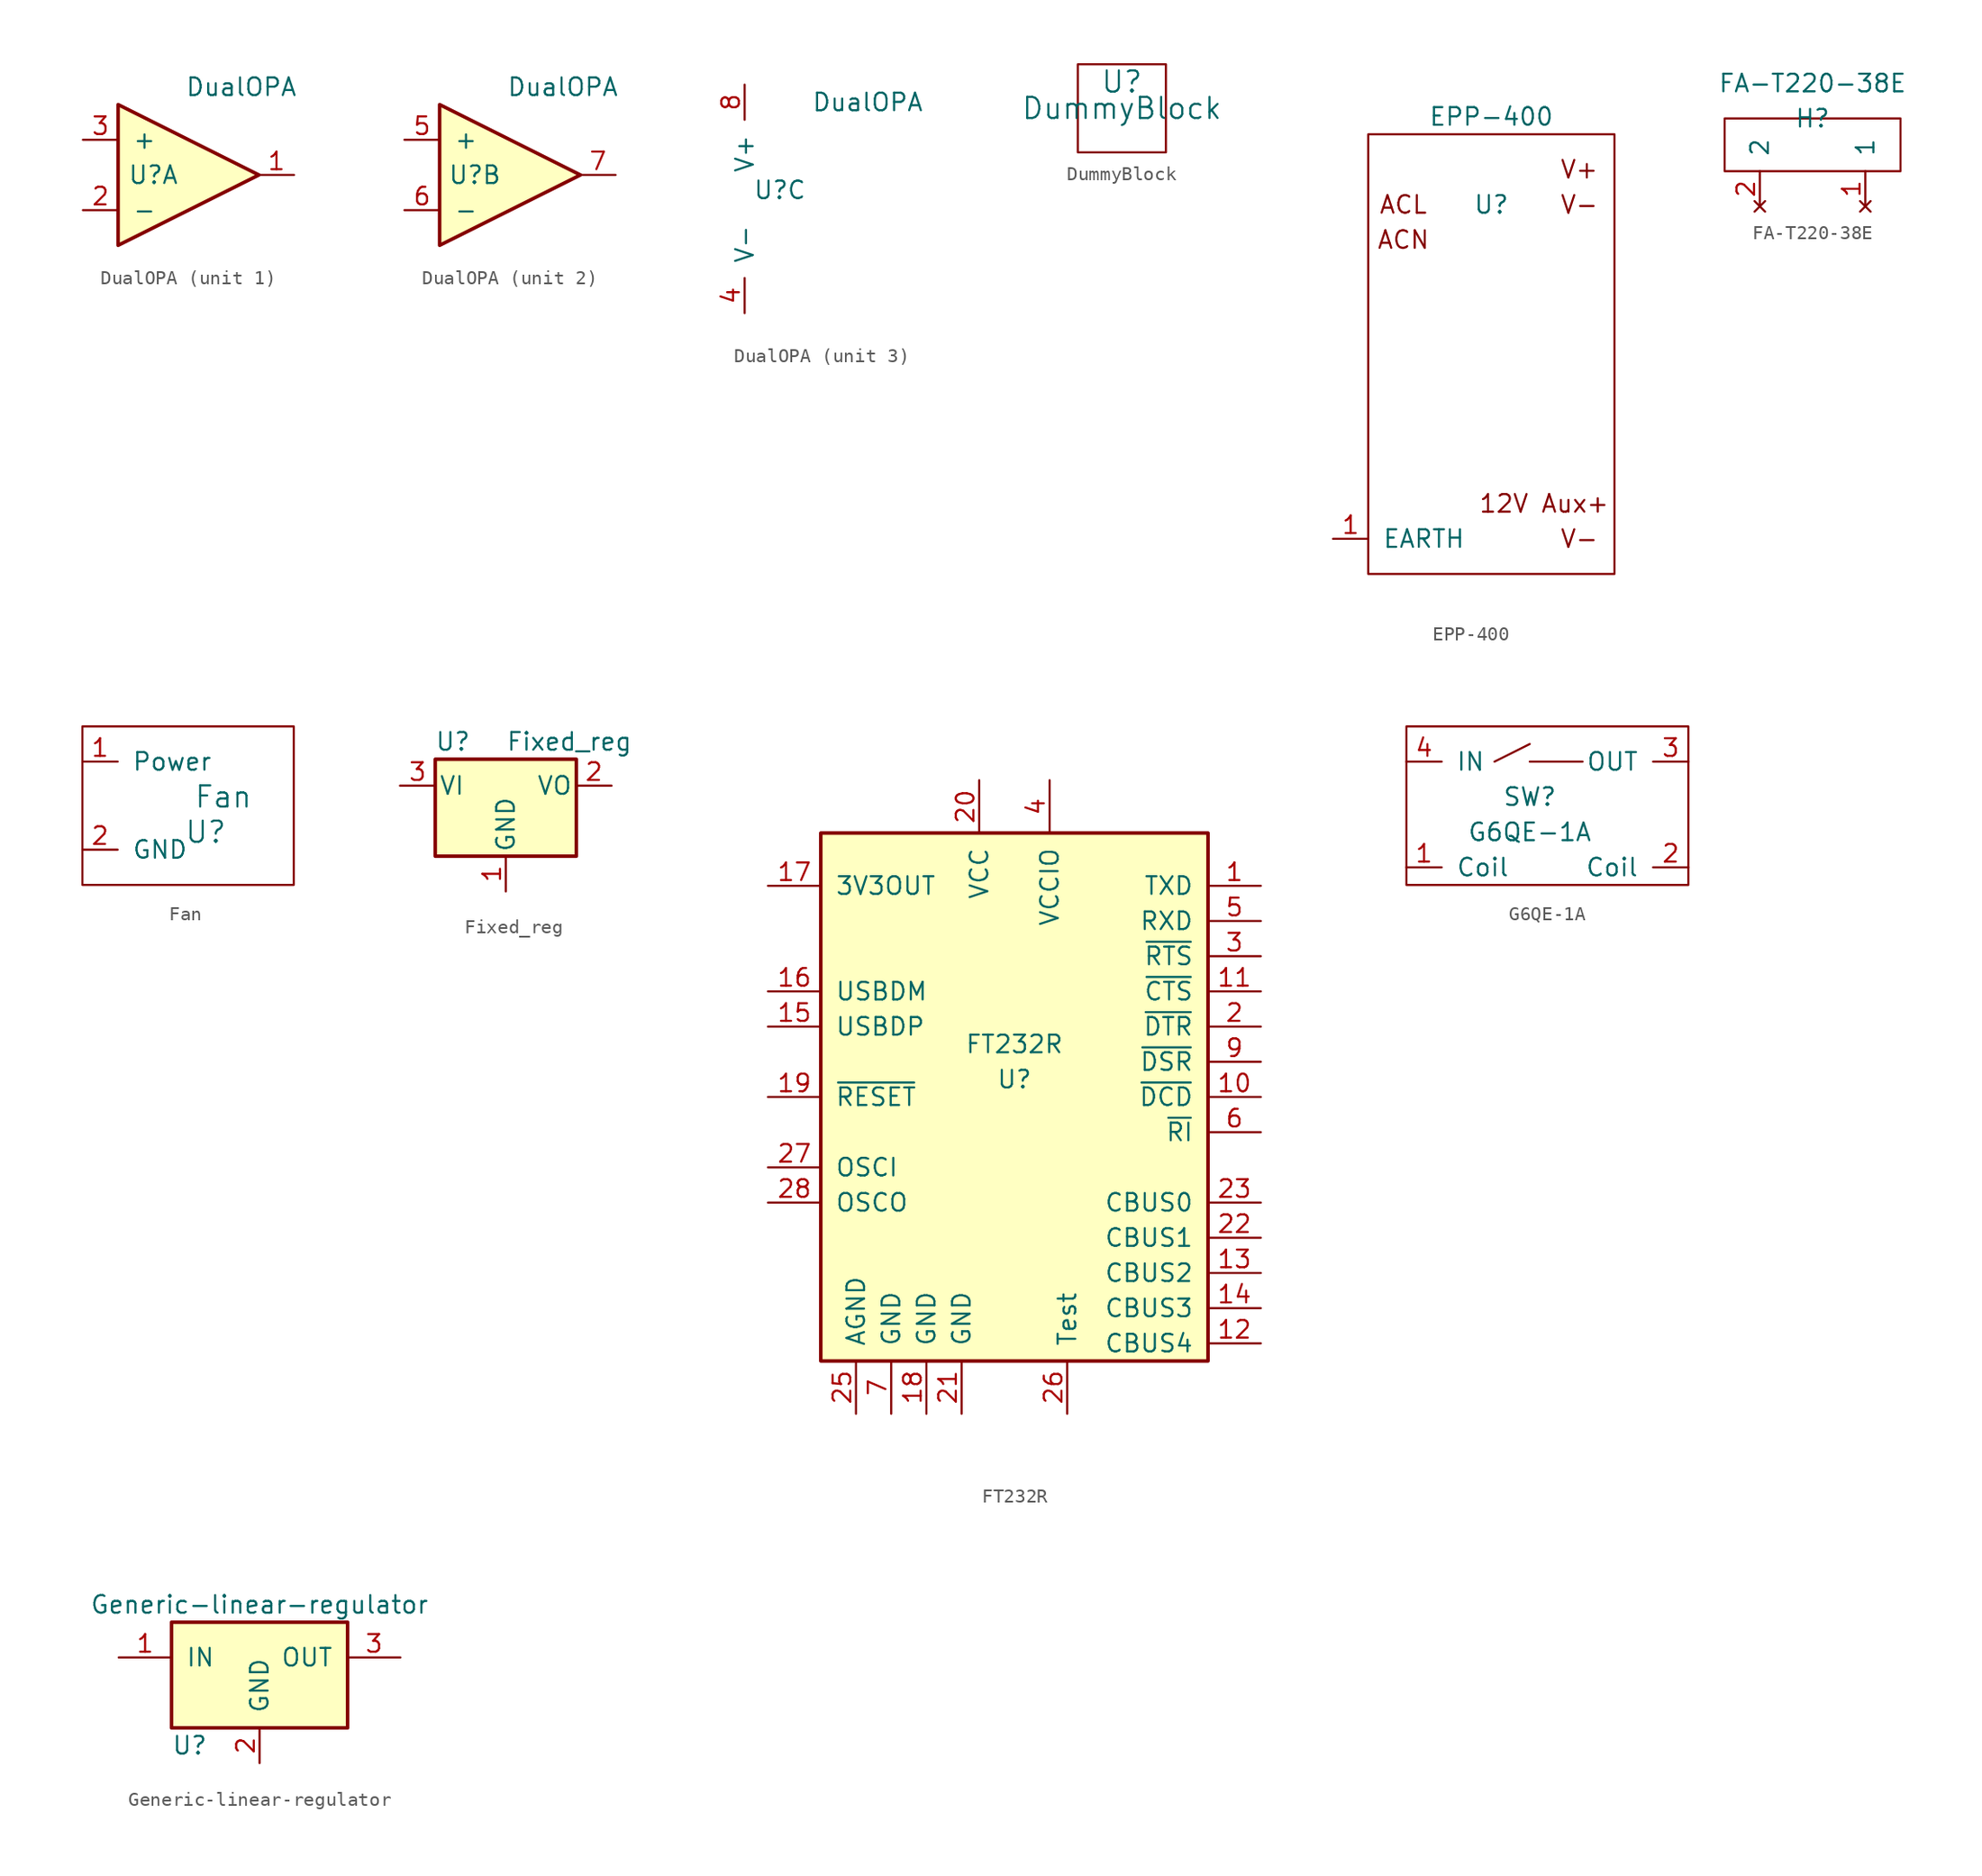
<source format=kicad_sym>
(kicad_symbol_lib
  (version 20211014)
  (generator kicad_symbol_editor)
  (symbol "DualOPA"
    (pin_names
      (offset 1.016))
    (property "Reference" "U"
      (at 2.54 0 0)
      (effects (font (size 1.27 1.27))))
    (property "Value" "DualOPA"
      (at 8.89 6.35 0)
      (effects (font (size 1.27 1.27))))
    (property "ki_locked" ""
      (at 0 0 0)
      (effects (font (size 1.27 1.27))))
    (symbol "DualOPA_1_1"
      (polyline (pts (xy 0 5.08) (xy 10.16 0) (xy 0 -5.08) (xy 0 5.08)) (stroke (width 0.254) (type default) (color 0 0 0 0)) (fill (type background)))
      (pin output line (at 12.7 0 180) (length 2.54) (name "~" (effects (font (size 1.27 1.27)))) (number "1" (effects (font (size 1.27 1.27)))))
      (pin input line (at -2.54 -2.54 0) (length 2.54) (name "-" (effects (font (size 1.27 1.27)))) (number "2" (effects (font (size 1.27 1.27)))))
      (pin input line (at -2.54 2.54 0) (length 2.54) (name "+" (effects (font (size 1.27 1.27)))) (number "3" (effects (font (size 1.27 1.27))))))
    (symbol "DualOPA_2_1"
      (polyline (pts (xy 0 5.08) (xy 10.16 0) (xy 0 -5.08) (xy 0 5.08)) (stroke (width 0.254) (type default) (color 0 0 0 0)) (fill (type background)))
      (pin input line (at -2.54 2.54 0) (length 2.54) (name "+" (effects (font (size 1.27 1.27)))) (number "5" (effects (font (size 1.27 1.27)))))
      (pin input line (at -2.54 -2.54 0) (length 2.54) (name "-" (effects (font (size 1.27 1.27)))) (number "6" (effects (font (size 1.27 1.27)))))
      (pin output line (at 12.7 0 180) (length 2.54) (name "~" (effects (font (size 1.27 1.27)))) (number "7" (effects (font (size 1.27 1.27))))))
    (symbol "DualOPA_3_1"
      (pin power_in line (at 0 -8.89 90) (length 2.54) (name "V-" (effects (font (size 1.27 1.27)))) (number "4" (effects (font (size 1.27 1.27)))))
      (pin power_in line (at 0 7.62 270) (length 2.54) (name "V+" (effects (font (size 1.27 1.27)))) (number "8" (effects (font (size 1.27 1.27)))))))
  (symbol "DummyBlock"
    (pin_names
      (offset 1.016))
    (property "Reference" "U"
      (at 0 1.905 0)
      (effects (font (size 1.524 1.524))))
    (property "Value" "DummyBlock"
      (at 0 0 0)
      (effects (font (size 1.524 1.524))))
    (symbol "DummyBlock_0_1"
      (rectangle (start -3.175 3.175) (end 3.175 -3.175) (stroke (width 0) (type default) (color 0 0 0 0)) (fill (type none)))))
  (symbol "EPP-400"
    (pin_names
      (offset 1.016))
    (property "Reference" "U"
      (at 0 2.54 0)
      (effects (font (size 1.27 1.27))))
    (property "Value" "EPP-400"
      (at 0 8.89 0)
      (effects (font (size 1.27 1.27))))
    (symbol "EPP-400_0_0"
      (text "12V Aux+" (at 3.81 -19.05 0) (effects (font (size 1.27 1.27))))
      (text "ACL" (at -6.35 2.54 0) (effects (font (size 1.27 1.27))))
      (text "ACN" (at -6.35 0 0) (effects (font (size 1.27 1.27))))
      (text "V+" (at 6.35 5.08 0) (effects (font (size 1.27 1.27))))
      (text "V-" (at 6.35 -21.59 0) (effects (font (size 1.27 1.27))))
      (text "V-" (at 6.35 2.54 0) (effects (font (size 1.27 1.27)))))
    (symbol "EPP-400_0_1"
      (rectangle (start -8.89 7.62) (end 8.89 -24.13) (stroke (width 0) (type default) (color 0 0 0 0)) (fill (type none))))
    (symbol "EPP-400_1_1"
      (pin passive line (at -11.43 -21.59 0) (length 2.54) (name "EARTH" (effects (font (size 1.27 1.27)))) (number "1" (effects (font (size 1.27 1.27)))))))
  (symbol "FA-T220-38E"
    (pin_names
      (offset 1.016))
    (property "Reference" "H"
      (at 0 0 0)
      (effects (font (size 1.27 1.27))))
    (property "Value" "FA-T220-38E"
      (at 0 2.54 0)
      (effects (font (size 1.27 1.27))))
    (symbol "FA-T220-38E_0_1"
      (rectangle (start -6.35 0) (end 6.35 -3.81) (stroke (width 0) (type default) (color 0 0 0 0)) (fill (type none))))
    (symbol "FA-T220-38E_1_1"
      (pin no_connect line (at 3.81 -6.35 90) (length 2.54) (name "1" (effects (font (size 1.27 1.27)))) (number "1" (effects (font (size 1.27 1.27)))))
      (pin no_connect line (at -3.81 -6.35 90) (length 2.54) (name "2" (effects (font (size 1.27 1.27)))) (number "2" (effects (font (size 1.27 1.27)))))))
  (symbol "Fan"
    (pin_names
      (offset 1.016))
    (property "Reference" "U"
      (at 2.54 -2.54 0)
      (effects (font (size 1.524 1.524))))
    (property "Value" "Fan"
      (at 3.81 0 0)
      (effects (font (size 1.524 1.524))))
    (symbol "Fan_0_1"
      (rectangle (start -6.35 5.08) (end 8.89 -6.35) (stroke (width 0) (type default) (color 0 0 0 0)) (fill (type none))))
    (symbol "Fan_1_1"
      (pin input line (at -6.35 2.54 0) (length 2.54) (name "Power" (effects (font (size 1.27 1.27)))) (number "1" (effects (font (size 1.27 1.27)))))
      (pin input line (at -6.35 -3.81 0) (length 2.54) (name "GND" (effects (font (size 1.27 1.27)))) (number "2" (effects (font (size 1.27 1.27)))))))
  (symbol "Fixed_reg"
    (pin_names
      (offset 0.254))
    (property "Reference" "U"
      (at -3.81 3.175 0)
      (effects (font (size 1.27 1.27))))
    (property "Value" "Fixed_reg"
      (at 0 3.175 0)
      (effects (font (size 1.27 1.27)) (justify left)))
    (symbol "Fixed_reg_0_1"
      (rectangle (start -5.08 1.905) (end 5.08 -5.08) (stroke (width 0.254) (type default) (color 0 0 0 0)) (fill (type background))))
    (symbol "Fixed_reg_1_1"
      (pin input line (at 0 -7.62 90) (length 2.54) (name "GND" (effects (font (size 1.27 1.27)))) (number "1" (effects (font (size 1.27 1.27)))))
      (pin power_out line (at 7.62 0 180) (length 2.54) (name "VO" (effects (font (size 1.27 1.27)))) (number "2" (effects (font (size 1.27 1.27)))))
      (pin power_in line (at -7.62 0 0) (length 2.54) (name "VI" (effects (font (size 1.27 1.27)))) (number "3" (effects (font (size 1.27 1.27)))))))
  (symbol "FT232R"
    (pin_names
      (offset 1.016))
    (property "Reference" "U"
      (at 0 0 0)
      (effects (font (size 1.27 1.27))))
    (property "Value" "FT232R"
      (at 0 2.54 0)
      (effects (font (size 1.27 1.27))))
    (symbol "FT232R_1_1"
      (rectangle (start -13.97 17.78) (end 13.97 -20.32) (stroke (width 0.254) (type default) (color 0 0 0 0)) (fill (type background)))
      (pin output line (at 17.78 13.97 180) (length 3.81) (name "TXD" (effects (font (size 1.27 1.27)))) (number "1" (effects (font (size 1.27 1.27)))))
      (pin input line (at 17.78 -1.27 180) (length 3.81) (name "~{DCD}" (effects (font (size 1.27 1.27)))) (number "10" (effects (font (size 1.27 1.27)))))
      (pin input line (at 17.78 6.35 180) (length 3.81) (name "~{CTS}" (effects (font (size 1.27 1.27)))) (number "11" (effects (font (size 1.27 1.27)))))
      (pin bidirectional line (at 17.78 -19.05 180) (length 3.81) (name "CBUS4" (effects (font (size 1.27 1.27)))) (number "12" (effects (font (size 1.27 1.27)))))
      (pin bidirectional line (at 17.78 -13.97 180) (length 3.81) (name "CBUS2" (effects (font (size 1.27 1.27)))) (number "13" (effects (font (size 1.27 1.27)))))
      (pin bidirectional line (at 17.78 -16.51 180) (length 3.81) (name "CBUS3" (effects (font (size 1.27 1.27)))) (number "14" (effects (font (size 1.27 1.27)))))
      (pin bidirectional line (at -17.78 3.81 0) (length 3.81) (name "USBDP" (effects (font (size 1.27 1.27)))) (number "15" (effects (font (size 1.27 1.27)))))
      (pin bidirectional line (at -17.78 6.35 0) (length 3.81) (name "USBDM" (effects (font (size 1.27 1.27)))) (number "16" (effects (font (size 1.27 1.27)))))
      (pin power_out line (at -17.78 13.97 0) (length 3.81) (name "3V3OUT" (effects (font (size 1.27 1.27)))) (number "17" (effects (font (size 1.27 1.27)))))
      (pin power_in line (at -6.35 -24.13 90) (length 3.81) (name "GND" (effects (font (size 1.27 1.27)))) (number "18" (effects (font (size 1.27 1.27)))))
      (pin input line (at -17.78 -1.27 0) (length 3.81) (name "~{RESET}" (effects (font (size 1.27 1.27)))) (number "19" (effects (font (size 1.27 1.27)))))
      (pin output line (at 17.78 3.81 180) (length 3.81) (name "~{DTR}" (effects (font (size 1.27 1.27)))) (number "2" (effects (font (size 1.27 1.27)))))
      (pin power_in line (at -2.54 21.59 270) (length 3.81) (name "VCC" (effects (font (size 1.27 1.27)))) (number "20" (effects (font (size 1.27 1.27)))))
      (pin power_in line (at -3.81 -24.13 90) (length 3.81) (name "GND" (effects (font (size 1.27 1.27)))) (number "21" (effects (font (size 1.27 1.27)))))
      (pin bidirectional line (at 17.78 -11.43 180) (length 3.81) (name "CBUS1" (effects (font (size 1.27 1.27)))) (number "22" (effects (font (size 1.27 1.27)))))
      (pin bidirectional line (at 17.78 -8.89 180) (length 3.81) (name "CBUS0" (effects (font (size 1.27 1.27)))) (number "23" (effects (font (size 1.27 1.27)))))
      (pin power_in line (at -11.43 -24.13 90) (length 3.81) (name "AGND" (effects (font (size 1.27 1.27)))) (number "25" (effects (font (size 1.27 1.27)))))
      (pin power_in line (at 3.81 -24.13 90) (length 3.81) (name "Test" (effects (font (size 1.27 1.27)))) (number "26" (effects (font (size 1.27 1.27)))))
      (pin input line (at -17.78 -6.35 0) (length 3.81) (name "OSCI" (effects (font (size 1.27 1.27)))) (number "27" (effects (font (size 1.27 1.27)))))
      (pin output line (at -17.78 -8.89 0) (length 3.81) (name "OSCO" (effects (font (size 1.27 1.27)))) (number "28" (effects (font (size 1.27 1.27)))))
      (pin input line (at 17.78 8.89 180) (length 3.81) (name "~{RTS}" (effects (font (size 1.27 1.27)))) (number "3" (effects (font (size 1.27 1.27)))))
      (pin power_in line (at 2.54 21.59 270) (length 3.81) (name "VCCIO" (effects (font (size 1.27 1.27)))) (number "4" (effects (font (size 1.27 1.27)))))
      (pin input line (at 17.78 11.43 180) (length 3.81) (name "RXD" (effects (font (size 1.27 1.27)))) (number "5" (effects (font (size 1.27 1.27)))))
      (pin input line (at 17.78 -3.81 180) (length 3.81) (name "~{RI}" (effects (font (size 1.27 1.27)))) (number "6" (effects (font (size 1.27 1.27)))))
      (pin power_in line (at -8.89 -24.13 90) (length 3.81) (name "GND" (effects (font (size 1.27 1.27)))) (number "7" (effects (font (size 1.27 1.27)))))
      (pin output line (at 17.78 1.27 180) (length 3.81) (name "~{DSR}" (effects (font (size 1.27 1.27)))) (number "9" (effects (font (size 1.27 1.27)))))))
  (symbol "G6QE-1A"
    (pin_names
      (offset 1.016))
    (property "Reference" "SW"
      (at 0 1.27 0)
      (effects (font (size 1.27 1.27))))
    (property "Value" "G6QE-1A"
      (at 0 -1.27 0)
      (effects (font (size 1.27 1.27))))
    (symbol "G6QE-1A_0_1"
      (rectangle (start -8.89 -5.08) (end 11.43 6.35) (stroke (width 0) (type default) (color 0 0 0 0)) (fill (type none)))
      (polyline (pts (xy -2.54 3.81) (xy 0 5.08)) (stroke (width 0) (type default) (color 0 0 0 0)) (fill (type none)))
      (polyline (pts (xy 0 3.81) (xy 3.81 3.81)) (stroke (width 0) (type default) (color 0 0 0 0)) (fill (type none))))
    (symbol "G6QE-1A_1_1"
      (pin input line (at -8.89 -3.81 0) (length 2.54) (name "Coil" (effects (font (size 1.27 1.27)))) (number "1" (effects (font (size 1.27 1.27)))))
      (pin input line (at 11.43 -3.81 180) (length 2.54) (name "Coil" (effects (font (size 1.27 1.27)))) (number "2" (effects (font (size 1.27 1.27)))))
      (pin input line (at 11.43 3.81 180) (length 2.54) (name "OUT" (effects (font (size 1.27 1.27)))) (number "3" (effects (font (size 1.27 1.27)))))
      (pin input line (at -8.89 3.81 0) (length 2.54) (name "IN" (effects (font (size 1.27 1.27)))) (number "4" (effects (font (size 1.27 1.27)))))))
  (symbol "Generic-linear-regulator"
    (pin_names
      (offset 1.016))
    (property "Reference" "U"
      (at -6.35 -5.08 0)
      (effects (font (size 1.27 1.27)) (justify left)))
    (property "Value" "Generic-linear-regulator"
      (at 0 5.08 0)
      (effects (font (size 1.27 1.27))))
    (symbol "Generic-linear-regulator_0_1"
      (rectangle (start -6.35 3.81) (end 6.35 -3.81) (stroke (width 0.254) (type default) (color 0 0 0 0)) (fill (type background))))
    (symbol "Generic-linear-regulator_1_1"
      (pin input line (at -10.16 1.27 0) (length 3.81) (name "IN" (effects (font (size 1.27 1.27)))) (number "1" (effects (font (size 1.27 1.27)))))
      (pin power_in line (at 0 -6.35 90) (length 2.54) (name "GND" (effects (font (size 1.27 1.27)))) (number "2" (effects (font (size 1.27 1.27)))))
      (pin power_out line (at 10.16 1.27 180) (length 3.81) (name "OUT" (effects (font (size 1.27 1.27)))) (number "3" (effects (font (size 1.27 1.27))))))))
</source>
